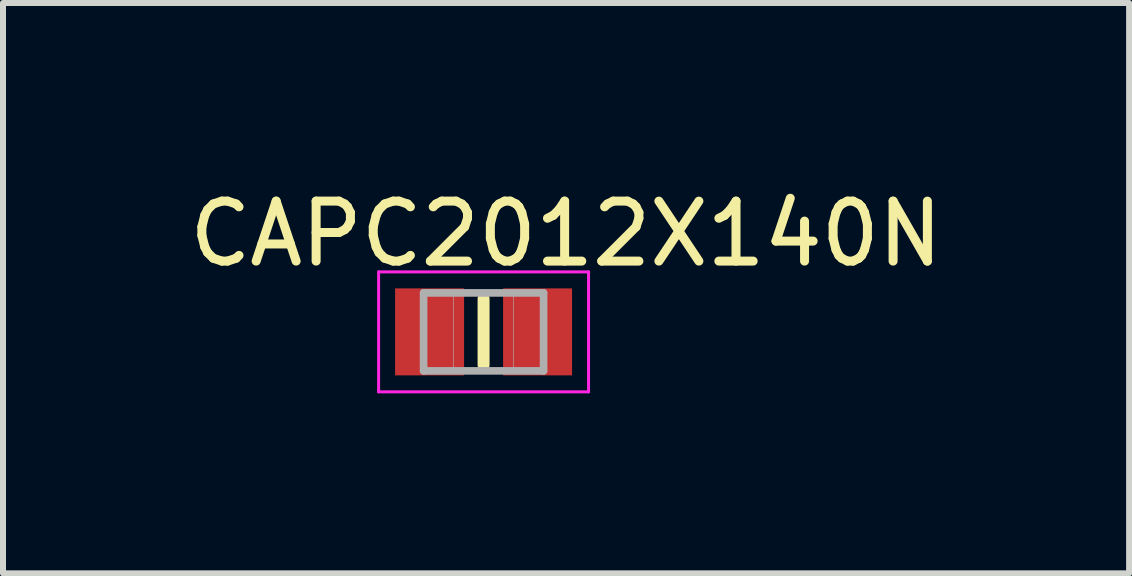
<source format=kicad_pcb>
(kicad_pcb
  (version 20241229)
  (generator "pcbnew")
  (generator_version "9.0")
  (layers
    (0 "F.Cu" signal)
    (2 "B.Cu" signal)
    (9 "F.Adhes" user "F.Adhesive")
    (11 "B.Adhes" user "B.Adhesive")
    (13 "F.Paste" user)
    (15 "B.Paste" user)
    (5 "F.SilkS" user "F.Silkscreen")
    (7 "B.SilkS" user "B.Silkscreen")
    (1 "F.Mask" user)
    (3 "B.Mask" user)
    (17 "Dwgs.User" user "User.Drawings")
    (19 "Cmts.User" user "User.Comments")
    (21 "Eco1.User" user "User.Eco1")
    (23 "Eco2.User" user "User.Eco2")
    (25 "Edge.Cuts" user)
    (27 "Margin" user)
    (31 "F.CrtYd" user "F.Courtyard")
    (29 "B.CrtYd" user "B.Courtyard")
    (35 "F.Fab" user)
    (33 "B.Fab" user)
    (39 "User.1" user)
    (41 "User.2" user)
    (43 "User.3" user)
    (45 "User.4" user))
  (footprint "CAPC2012X140N"
    (layer "F.Cu")
    (at 5.012 2.483)
    (property "Reference" "CAPC2012X140N" (at 1.375 -1.635 0) (layer "F.SilkS") (effects (font (size 1 1) (thickness 0.15))))
    (attr smd)
    (fp_line (start 0 -0.55) (end 0 0.55) (stroke (width 0.2) (type solid)) (layer "F.SilkS"))
    (fp_line (start -1.75 -1) (end 1.75 -1) (stroke (width 0.05) (type solid)) (layer "F.CrtYd"))
    (fp_line (start -1.75 1) (end -1.75 -1) (stroke (width 0.05) (type solid)) (layer "F.CrtYd"))
    (fp_line (start 1.75 -1) (end 1.75 1) (stroke (width 0.05) (type solid)) (layer "F.CrtYd"))
    (fp_line (start 1.75 1) (end -1.75 1) (stroke (width 0.05) (type solid)) (layer "F.CrtYd"))
    (fp_line (start -1 -0.65) (end 1 -0.65) (stroke (width 0.127) (type solid)) (layer "F.Fab"))
    (fp_line (start -1 0.65) (end -1 -0.65) (stroke (width 0.127) (type solid)) (layer "F.Fab"))
    (fp_line (start 1 -0.65) (end 1 0.65) (stroke (width 0.127) (type solid)) (layer "F.Fab"))
    (fp_line (start 1 0.65) (end -1 0.65) (stroke (width 0.127) (type solid)) (layer "F.Fab"))
    (fp_poly (pts (xy -1 -0.65) (xy -0.5 -0.65) (xy -0.5 0.65) (xy -1 0.65)) (stroke (width 0.01) (type solid)) (fill no) (layer "F.Fab"))
    (fp_poly (pts (xy 0.5 -0.65) (xy 1 -0.65) (xy 1 0.65) (xy 0.5 0.65)) (stroke (width 0.01) (type solid)) (fill no) (layer "F.Fab"))
    (pad "1" smd rect (at -0.9 0) (size 1.15 1.45) (layers "F.Cu" "F.Mask" "F.Paste"))
    (pad "2" smd rect (at 0.9 0) (size 1.15 1.45) (layers "F.Cu" "F.Mask" "F.Paste")))
  (gr_rect
    (start -3 -3)
    (end 15.774 6.508)
    (stroke (width 0.1) (type default))
    (fill no)
    (layer "Edge.Cuts")))
</source>
